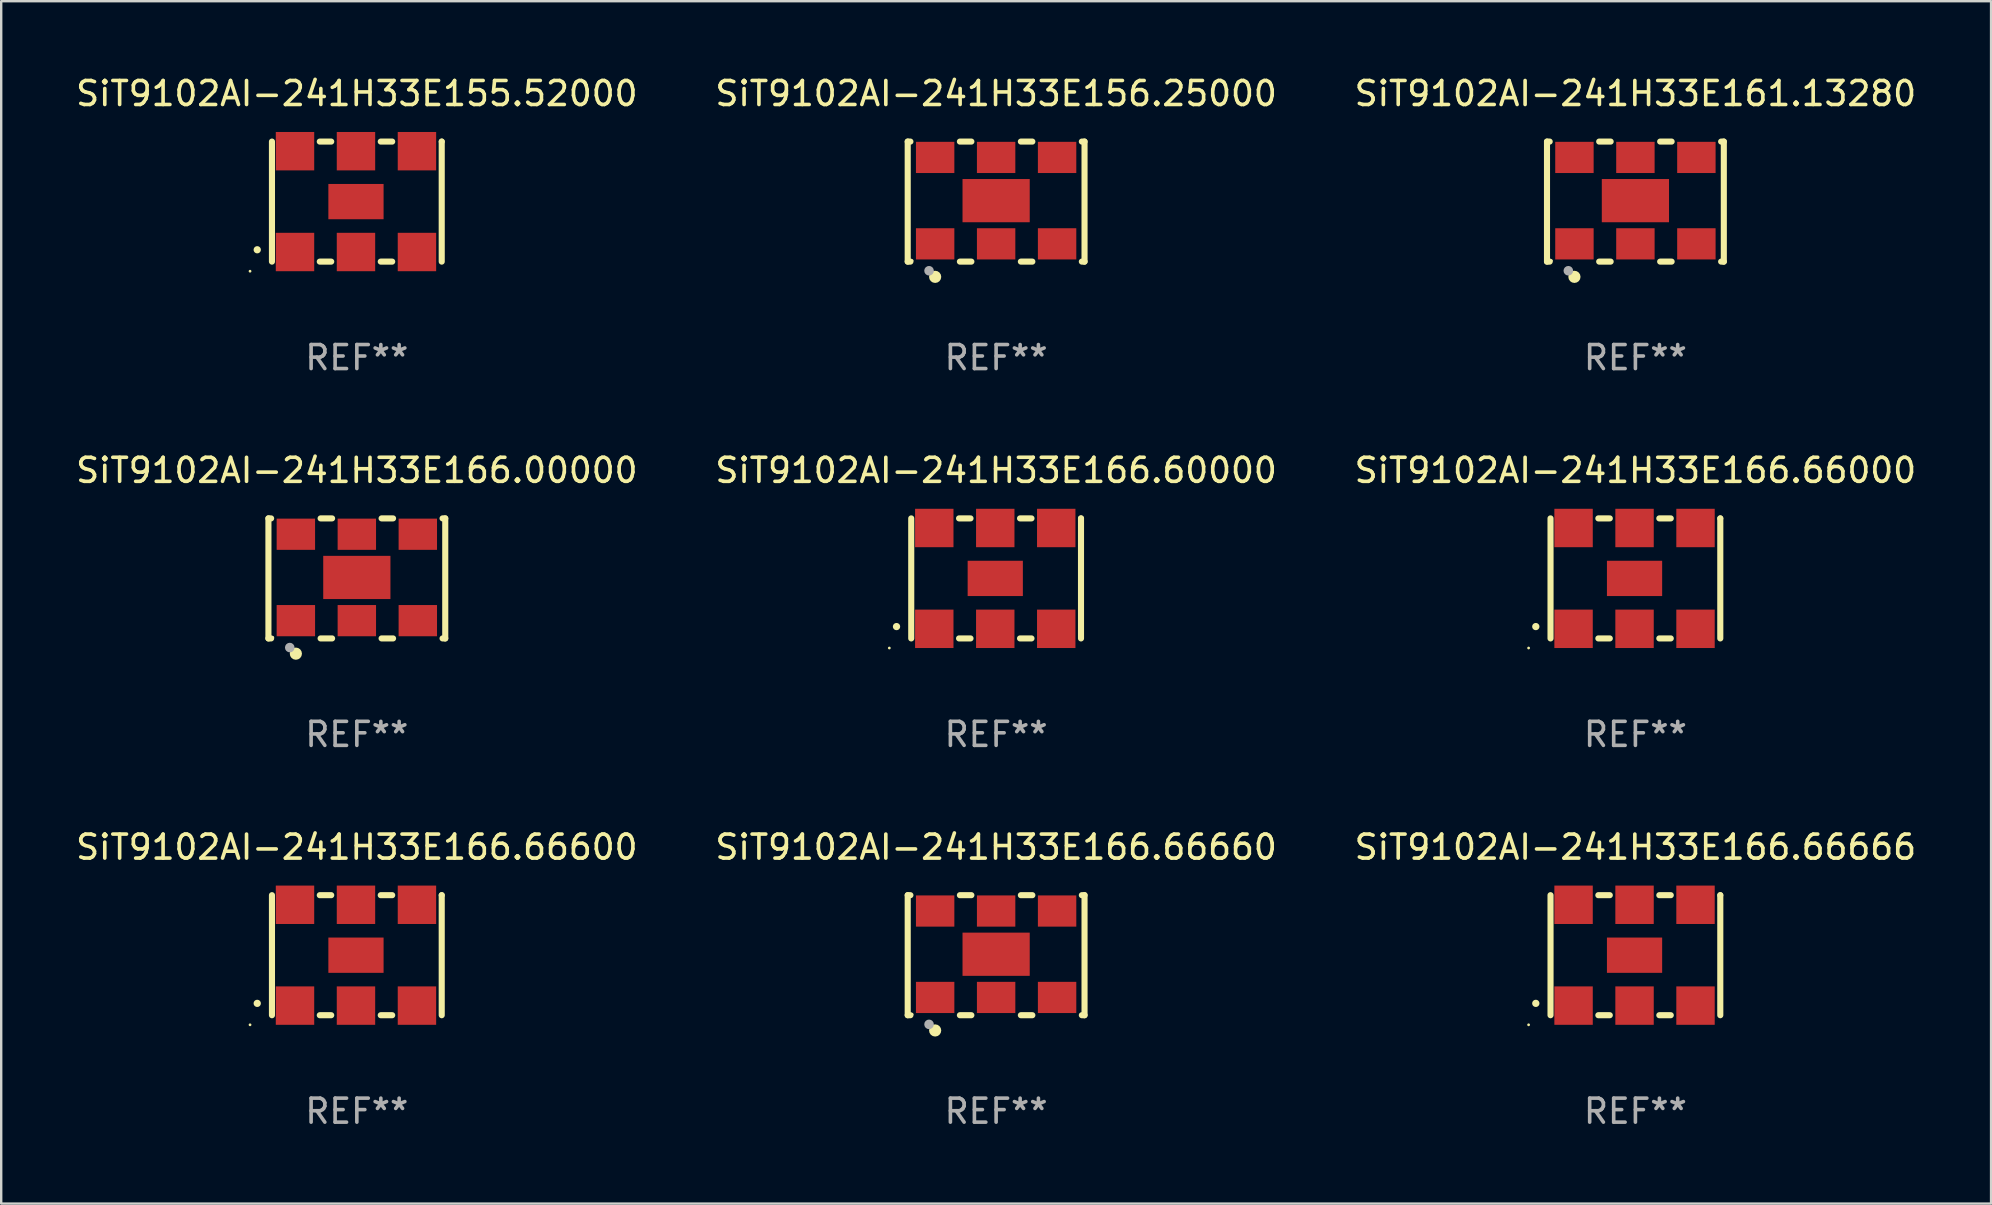
<source format=kicad_pcb>
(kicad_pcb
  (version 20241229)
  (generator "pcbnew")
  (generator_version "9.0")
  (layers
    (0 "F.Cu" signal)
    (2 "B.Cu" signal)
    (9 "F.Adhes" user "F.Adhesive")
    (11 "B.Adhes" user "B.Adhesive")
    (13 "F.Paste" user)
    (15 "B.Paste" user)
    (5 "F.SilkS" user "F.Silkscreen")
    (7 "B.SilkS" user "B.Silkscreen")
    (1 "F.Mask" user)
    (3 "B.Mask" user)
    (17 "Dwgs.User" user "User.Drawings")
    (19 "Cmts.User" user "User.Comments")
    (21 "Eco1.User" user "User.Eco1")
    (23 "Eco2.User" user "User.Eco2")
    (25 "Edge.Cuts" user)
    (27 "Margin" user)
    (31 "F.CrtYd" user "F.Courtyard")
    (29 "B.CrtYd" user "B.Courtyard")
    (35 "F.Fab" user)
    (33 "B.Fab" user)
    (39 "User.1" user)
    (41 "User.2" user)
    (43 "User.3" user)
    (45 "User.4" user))
  (footprint "SiT9102AI-241H33E166.00000"
    (layer "F.Cu")
    (at 11.815 21.045)
    (property "Reference" "SiT9102AI-241H33E166.00000" (at 0 -4.5 0) (layer "F.SilkS") (effects (font (size 1 1) (thickness 0.15))))
    (attr through_hole)
    (fp_line (start -3.683 -2.5) (end -3.571 -2.5) (stroke (width 0.254) (type solid)) (layer "F.SilkS"))
    (fp_line (start -3.683 2.5) (end -3.683 -2.5) (stroke (width 0.254) (type solid)) (layer "F.SilkS"))
    (fp_line (start -3.683 2.5) (end -3.571 2.5) (stroke (width 0.254) (type solid)) (layer "F.SilkS"))
    (fp_line (start -1.509 -2.5) (end -1.031 -2.5) (stroke (width 0.254) (type solid)) (layer "F.SilkS"))
    (fp_line (start -1.509 2.5) (end -1.031 2.5) (stroke (width 0.254) (type solid)) (layer "F.SilkS"))
    (fp_line (start 1.031 -2.5) (end 1.509 -2.5) (stroke (width 0.254) (type solid)) (layer "F.SilkS"))
    (fp_line (start 1.031 2.5) (end 1.509 2.5) (stroke (width 0.254) (type solid)) (layer "F.SilkS"))
    (fp_line (start 3.571 -2.5) (end 3.683 -2.5) (stroke (width 0.254) (type solid)) (layer "F.SilkS"))
    (fp_line (start 3.571 2.5) (end 3.683 2.5) (stroke (width 0.254) (type solid)) (layer "F.SilkS"))
    (fp_line (start 3.683 2.5) (end 3.683 -2.5) (stroke (width 0.254) (type solid)) (layer "F.SilkS"))
    (fp_circle (center -3.5 2.46) (end -3.47 2.46) (stroke (width 0.06) (type solid)) (fill no) (layer "F.SilkS"))
    (fp_circle (center -2.54 3.135) (end -2.413 3.135) (stroke (width 0.254) (type solid)) (fill no) (layer "F.SilkS"))
    (fp_circle (center -2.794 2.881) (end -2.694 2.881) (stroke (width 0.2) (type solid)) (fill no) (layer "F.Fab"))
    (fp_text user "REF**" (at 0 6.5 0) (layer "F.Fab") (effects (font (size 1 1) (thickness 0.15))))
    (pad "1" smd rect (at -2.54 1.76) (size 1.6 1.3) (layers "F.Cu" "F.Mask" "F.Paste"))
    (pad "2" smd rect (at 0 1.76) (size 1.6 1.3) (layers "F.Cu" "F.Mask" "F.Paste"))
    (pad "3" smd rect (at 2.54 1.76) (size 1.6 1.3) (layers "F.Cu" "F.Mask" "F.Paste"))
    (pad "4" smd rect (at 2.54 -1.84) (size 1.6 1.3) (layers "F.Cu" "F.Mask" "F.Paste"))
    (pad "5" smd rect (at 0 -1.84) (size 1.6 1.3) (layers "F.Cu" "F.Mask" "F.Paste"))
    (pad "6" smd rect (at -2.54 -1.84) (size 1.6 1.3) (layers "F.Cu" "F.Mask" "F.Paste"))
    (pad "7" smd rect (at 0 -0.04) (size 2.8 1.8) (layers "F.Cu" "F.Mask" "F.Paste")))
  (footprint "SiT9102AI-241H33E166.66666"
    (layer "F.Cu")
    (at 65.077 36.741)
    (property "Reference" "SiT9102AI-241H33E166.66666" (at 0 -4.5 0) (layer "F.SilkS") (effects (font (size 1 1) (thickness 0.15))))
    (attr through_hole)
    (fp_line (start -3.536 -2.5) (end -3.536 2.5) (stroke (width 0.254) (type solid)) (layer "F.SilkS"))
    (fp_line (start -1.544 2.5) (end -1.067 2.5) (stroke (width 0.254) (type solid)) (layer "F.SilkS"))
    (fp_line (start -1.067 -2.5) (end -1.544 -2.5) (stroke (width 0.254) (type solid)) (layer "F.SilkS"))
    (fp_line (start 0.996 2.5) (end 1.473 2.5) (stroke (width 0.254) (type solid)) (layer "F.SilkS"))
    (fp_line (start 1.473 -2.5) (end 0.996 -2.5) (stroke (width 0.254) (type solid)) (layer "F.SilkS"))
    (fp_line (start 3.536 -2.5) (end 3.536 -2.5) (stroke (width 0.254) (type solid)) (layer "F.SilkS"))
    (fp_line (start 3.536 2.5) (end 3.536 -2.5) (stroke (width 0.254) (type solid)) (layer "F.SilkS"))
    (fp_arc (start -4.150432 2.006604) (mid -4.149162 2.006599) (end -4.147892 2.006604) (stroke (width 0.3) (type solid)) (layer "F.SilkS"))
    (fp_circle (center -4.449 2.9) (end -4.419 2.9) (stroke (width 0.06) (type solid)) (fill no) (layer "F.SilkS"))
    (fp_text user "REF**" (at 0 6.5 0) (layer "F.Fab") (effects (font (size 1 1) (thickness 0.15))))
    (pad "1" smd rect (at -2.576 2.1) (size 1.6 1.6) (layers "F.Cu" "F.Mask" "F.Paste"))
    (pad "2" smd rect (at -0.036 2.1) (size 1.6 1.6) (layers "F.Cu" "F.Mask" "F.Paste"))
    (pad "3" smd rect (at 2.504 2.1) (size 1.6 1.6) (layers "F.Cu" "F.Mask" "F.Paste"))
    (pad "4" smd rect (at 2.504 -2.1) (size 1.6 1.6) (layers "F.Cu" "F.Mask" "F.Paste"))
    (pad "5" smd rect (at -0.036 -2.1) (size 1.6 1.6) (layers "F.Cu" "F.Mask" "F.Paste"))
    (pad "6" smd rect (at -2.576 -2.1) (size 1.6 1.6) (layers "F.Cu" "F.Mask" "F.Paste"))
    (pad "7" smd rect (at -0.036 0) (size 2.3 1.47) (layers "F.Cu" "F.Mask" "F.Paste")))
  (footprint "SiT9102AI-241H33E166.66000"
    (layer "F.Cu")
    (at 65.077 21.045)
    (property "Reference" "SiT9102AI-241H33E166.66000" (at 0 -4.5 0) (layer "F.SilkS") (effects (font (size 1 1) (thickness 0.15))))
    (attr through_hole)
    (fp_line (start -3.536 -2.5) (end -3.536 2.5) (stroke (width 0.254) (type solid)) (layer "F.SilkS"))
    (fp_line (start -1.544 2.5) (end -1.067 2.5) (stroke (width 0.254) (type solid)) (layer "F.SilkS"))
    (fp_line (start -1.067 -2.5) (end -1.544 -2.5) (stroke (width 0.254) (type solid)) (layer "F.SilkS"))
    (fp_line (start 0.996 2.5) (end 1.473 2.5) (stroke (width 0.254) (type solid)) (layer "F.SilkS"))
    (fp_line (start 1.473 -2.5) (end 0.996 -2.5) (stroke (width 0.254) (type solid)) (layer "F.SilkS"))
    (fp_line (start 3.536 -2.5) (end 3.536 -2.5) (stroke (width 0.254) (type solid)) (layer "F.SilkS"))
    (fp_line (start 3.536 2.5) (end 3.536 -2.5) (stroke (width 0.254) (type solid)) (layer "F.SilkS"))
    (fp_arc (start -4.150432 2.006604) (mid -4.149162 2.006599) (end -4.147892 2.006604) (stroke (width 0.3) (type solid)) (layer "F.SilkS"))
    (fp_circle (center -4.449 2.9) (end -4.419 2.9) (stroke (width 0.06) (type solid)) (fill no) (layer "F.SilkS"))
    (fp_text user "REF**" (at 0 6.5 0) (layer "F.Fab") (effects (font (size 1 1) (thickness 0.15))))
    (pad "1" smd rect (at -2.576 2.1) (size 1.6 1.6) (layers "F.Cu" "F.Mask" "F.Paste"))
    (pad "2" smd rect (at -0.036 2.1) (size 1.6 1.6) (layers "F.Cu" "F.Mask" "F.Paste"))
    (pad "3" smd rect (at 2.504 2.1) (size 1.6 1.6) (layers "F.Cu" "F.Mask" "F.Paste"))
    (pad "4" smd rect (at 2.504 -2.1) (size 1.6 1.6) (layers "F.Cu" "F.Mask" "F.Paste"))
    (pad "5" smd rect (at -0.036 -2.1) (size 1.6 1.6) (layers "F.Cu" "F.Mask" "F.Paste"))
    (pad "6" smd rect (at -2.576 -2.1) (size 1.6 1.6) (layers "F.Cu" "F.Mask" "F.Paste"))
    (pad "7" smd rect (at -0.036 0) (size 2.3 1.47) (layers "F.Cu" "F.Mask" "F.Paste")))
  (footprint "SiT9102AI-241H33E155.52000"
    (layer "F.Cu")
    (at 11.815 5.348)
    (property "Reference" "SiT9102AI-241H33E155.52000" (at 0 -4.5 0) (layer "F.SilkS") (effects (font (size 1 1) (thickness 0.15))))
    (attr through_hole)
    (fp_line (start -3.536 -2.5) (end -3.536 2.5) (stroke (width 0.254) (type solid)) (layer "F.SilkS"))
    (fp_line (start -1.544 2.5) (end -1.067 2.5) (stroke (width 0.254) (type solid)) (layer "F.SilkS"))
    (fp_line (start -1.067 -2.5) (end -1.544 -2.5) (stroke (width 0.254) (type solid)) (layer "F.SilkS"))
    (fp_line (start 0.996 2.5) (end 1.473 2.5) (stroke (width 0.254) (type solid)) (layer "F.SilkS"))
    (fp_line (start 1.473 -2.5) (end 0.996 -2.5) (stroke (width 0.254) (type solid)) (layer "F.SilkS"))
    (fp_line (start 3.536 -2.5) (end 3.536 -2.5) (stroke (width 0.254) (type solid)) (layer "F.SilkS"))
    (fp_line (start 3.536 2.5) (end 3.536 -2.5) (stroke (width 0.254) (type solid)) (layer "F.SilkS"))
    (fp_arc (start -4.150432 2.006604) (mid -4.149162 2.006599) (end -4.147892 2.006604) (stroke (width 0.3) (type solid)) (layer "F.SilkS"))
    (fp_circle (center -4.449 2.9) (end -4.419 2.9) (stroke (width 0.06) (type solid)) (fill no) (layer "F.SilkS"))
    (fp_text user "REF**" (at 0 6.5 0) (layer "F.Fab") (effects (font (size 1 1) (thickness 0.15))))
    (pad "1" smd rect (at -2.576 2.1) (size 1.6 1.6) (layers "F.Cu" "F.Mask" "F.Paste"))
    (pad "2" smd rect (at -0.036 2.1) (size 1.6 1.6) (layers "F.Cu" "F.Mask" "F.Paste"))
    (pad "3" smd rect (at 2.504 2.1) (size 1.6 1.6) (layers "F.Cu" "F.Mask" "F.Paste"))
    (pad "4" smd rect (at 2.504 -2.1) (size 1.6 1.6) (layers "F.Cu" "F.Mask" "F.Paste"))
    (pad "5" smd rect (at -0.036 -2.1) (size 1.6 1.6) (layers "F.Cu" "F.Mask" "F.Paste"))
    (pad "6" smd rect (at -2.576 -2.1) (size 1.6 1.6) (layers "F.Cu" "F.Mask" "F.Paste"))
    (pad "7" smd rect (at -0.036 0) (size 2.3 1.47) (layers "F.Cu" "F.Mask" "F.Paste")))
  (footprint "SiT9102AI-241H33E161.13280"
    (layer "F.Cu")
    (at 65.077 5.348)
    (property "Reference" "SiT9102AI-241H33E161.13280" (at 0 -4.5 0) (layer "F.SilkS") (effects (font (size 1 1) (thickness 0.15))))
    (attr through_hole)
    (fp_line (start -3.683 -2.5) (end -3.571 -2.5) (stroke (width 0.254) (type solid)) (layer "F.SilkS"))
    (fp_line (start -3.683 2.5) (end -3.683 -2.5) (stroke (width 0.254) (type solid)) (layer "F.SilkS"))
    (fp_line (start -3.683 2.5) (end -3.571 2.5) (stroke (width 0.254) (type solid)) (layer "F.SilkS"))
    (fp_line (start -1.509 -2.5) (end -1.031 -2.5) (stroke (width 0.254) (type solid)) (layer "F.SilkS"))
    (fp_line (start -1.509 2.5) (end -1.031 2.5) (stroke (width 0.254) (type solid)) (layer "F.SilkS"))
    (fp_line (start 1.031 -2.5) (end 1.509 -2.5) (stroke (width 0.254) (type solid)) (layer "F.SilkS"))
    (fp_line (start 1.031 2.5) (end 1.509 2.5) (stroke (width 0.254) (type solid)) (layer "F.SilkS"))
    (fp_line (start 3.571 -2.5) (end 3.683 -2.5) (stroke (width 0.254) (type solid)) (layer "F.SilkS"))
    (fp_line (start 3.571 2.5) (end 3.683 2.5) (stroke (width 0.254) (type solid)) (layer "F.SilkS"))
    (fp_line (start 3.683 2.5) (end 3.683 -2.5) (stroke (width 0.254) (type solid)) (layer "F.SilkS"))
    (fp_circle (center -3.5 2.46) (end -3.47 2.46) (stroke (width 0.06) (type solid)) (fill no) (layer "F.SilkS"))
    (fp_circle (center -2.54 3.135) (end -2.413 3.135) (stroke (width 0.254) (type solid)) (fill no) (layer "F.SilkS"))
    (fp_circle (center -2.794 2.881) (end -2.694 2.881) (stroke (width 0.2) (type solid)) (fill no) (layer "F.Fab"))
    (fp_text user "REF**" (at 0 6.5 0) (layer "F.Fab") (effects (font (size 1 1) (thickness 0.15))))
    (pad "1" smd rect (at -2.54 1.76) (size 1.6 1.3) (layers "F.Cu" "F.Mask" "F.Paste"))
    (pad "2" smd rect (at 0 1.76) (size 1.6 1.3) (layers "F.Cu" "F.Mask" "F.Paste"))
    (pad "3" smd rect (at 2.54 1.76) (size 1.6 1.3) (layers "F.Cu" "F.Mask" "F.Paste"))
    (pad "4" smd rect (at 2.54 -1.84) (size 1.6 1.3) (layers "F.Cu" "F.Mask" "F.Paste"))
    (pad "5" smd rect (at 0 -1.84) (size 1.6 1.3) (layers "F.Cu" "F.Mask" "F.Paste"))
    (pad "6" smd rect (at -2.54 -1.84) (size 1.6 1.3) (layers "F.Cu" "F.Mask" "F.Paste"))
    (pad "7" smd rect (at 0 -0.04) (size 2.8 1.8) (layers "F.Cu" "F.Mask" "F.Paste")))
  (footprint "SiT9102AI-241H33E156.25000"
    (layer "F.Cu")
    (at 38.446 5.348)
    (property "Reference" "SiT9102AI-241H33E156.25000" (at 0 -4.5 0) (layer "F.SilkS") (effects (font (size 1 1) (thickness 0.15))))
    (attr through_hole)
    (fp_line (start -3.683 -2.5) (end -3.571 -2.5) (stroke (width 0.254) (type solid)) (layer "F.SilkS"))
    (fp_line (start -3.683 2.5) (end -3.683 -2.5) (stroke (width 0.254) (type solid)) (layer "F.SilkS"))
    (fp_line (start -3.683 2.5) (end -3.571 2.5) (stroke (width 0.254) (type solid)) (layer "F.SilkS"))
    (fp_line (start -1.509 -2.5) (end -1.031 -2.5) (stroke (width 0.254) (type solid)) (layer "F.SilkS"))
    (fp_line (start -1.509 2.5) (end -1.031 2.5) (stroke (width 0.254) (type solid)) (layer "F.SilkS"))
    (fp_line (start 1.031 -2.5) (end 1.509 -2.5) (stroke (width 0.254) (type solid)) (layer "F.SilkS"))
    (fp_line (start 1.031 2.5) (end 1.509 2.5) (stroke (width 0.254) (type solid)) (layer "F.SilkS"))
    (fp_line (start 3.571 -2.5) (end 3.683 -2.5) (stroke (width 0.254) (type solid)) (layer "F.SilkS"))
    (fp_line (start 3.571 2.5) (end 3.683 2.5) (stroke (width 0.254) (type solid)) (layer "F.SilkS"))
    (fp_line (start 3.683 2.5) (end 3.683 -2.5) (stroke (width 0.254) (type solid)) (layer "F.SilkS"))
    (fp_circle (center -3.5 2.46) (end -3.47 2.46) (stroke (width 0.06) (type solid)) (fill no) (layer "F.SilkS"))
    (fp_circle (center -2.54 3.135) (end -2.413 3.135) (stroke (width 0.254) (type solid)) (fill no) (layer "F.SilkS"))
    (fp_circle (center -2.794 2.881) (end -2.694 2.881) (stroke (width 0.2) (type solid)) (fill no) (layer "F.Fab"))
    (fp_text user "REF**" (at 0 6.5 0) (layer "F.Fab") (effects (font (size 1 1) (thickness 0.15))))
    (pad "1" smd rect (at -2.54 1.76) (size 1.6 1.3) (layers "F.Cu" "F.Mask" "F.Paste"))
    (pad "2" smd rect (at 0 1.76) (size 1.6 1.3) (layers "F.Cu" "F.Mask" "F.Paste"))
    (pad "3" smd rect (at 2.54 1.76) (size 1.6 1.3) (layers "F.Cu" "F.Mask" "F.Paste"))
    (pad "4" smd rect (at 2.54 -1.84) (size 1.6 1.3) (layers "F.Cu" "F.Mask" "F.Paste"))
    (pad "5" smd rect (at 0 -1.84) (size 1.6 1.3) (layers "F.Cu" "F.Mask" "F.Paste"))
    (pad "6" smd rect (at -2.54 -1.84) (size 1.6 1.3) (layers "F.Cu" "F.Mask" "F.Paste"))
    (pad "7" smd rect (at 0 -0.04) (size 2.8 1.8) (layers "F.Cu" "F.Mask" "F.Paste")))
  (footprint "SiT9102AI-241H33E166.66660"
    (layer "F.Cu")
    (at 38.446 36.741)
    (property "Reference" "SiT9102AI-241H33E166.66660" (at 0 -4.5 0) (layer "F.SilkS") (effects (font (size 1 1) (thickness 0.15))))
    (attr through_hole)
    (fp_line (start -3.683 -2.5) (end -3.571 -2.5) (stroke (width 0.254) (type solid)) (layer "F.SilkS"))
    (fp_line (start -3.683 2.5) (end -3.683 -2.5) (stroke (width 0.254) (type solid)) (layer "F.SilkS"))
    (fp_line (start -3.683 2.5) (end -3.571 2.5) (stroke (width 0.254) (type solid)) (layer "F.SilkS"))
    (fp_line (start -1.509 -2.5) (end -1.031 -2.5) (stroke (width 0.254) (type solid)) (layer "F.SilkS"))
    (fp_line (start -1.509 2.5) (end -1.031 2.5) (stroke (width 0.254) (type solid)) (layer "F.SilkS"))
    (fp_line (start 1.031 -2.5) (end 1.509 -2.5) (stroke (width 0.254) (type solid)) (layer "F.SilkS"))
    (fp_line (start 1.031 2.5) (end 1.509 2.5) (stroke (width 0.254) (type solid)) (layer "F.SilkS"))
    (fp_line (start 3.571 -2.5) (end 3.683 -2.5) (stroke (width 0.254) (type solid)) (layer "F.SilkS"))
    (fp_line (start 3.571 2.5) (end 3.683 2.5) (stroke (width 0.254) (type solid)) (layer "F.SilkS"))
    (fp_line (start 3.683 2.5) (end 3.683 -2.5) (stroke (width 0.254) (type solid)) (layer "F.SilkS"))
    (fp_circle (center -3.5 2.46) (end -3.47 2.46) (stroke (width 0.06) (type solid)) (fill no) (layer "F.SilkS"))
    (fp_circle (center -2.54 3.135) (end -2.413 3.135) (stroke (width 0.254) (type solid)) (fill no) (layer "F.SilkS"))
    (fp_circle (center -2.794 2.881) (end -2.694 2.881) (stroke (width 0.2) (type solid)) (fill no) (layer "F.Fab"))
    (fp_text user "REF**" (at 0 6.5 0) (layer "F.Fab") (effects (font (size 1 1) (thickness 0.15))))
    (pad "1" smd rect (at -2.54 1.76) (size 1.6 1.3) (layers "F.Cu" "F.Mask" "F.Paste"))
    (pad "2" smd rect (at 0 1.76) (size 1.6 1.3) (layers "F.Cu" "F.Mask" "F.Paste"))
    (pad "3" smd rect (at 2.54 1.76) (size 1.6 1.3) (layers "F.Cu" "F.Mask" "F.Paste"))
    (pad "4" smd rect (at 2.54 -1.84) (size 1.6 1.3) (layers "F.Cu" "F.Mask" "F.Paste"))
    (pad "5" smd rect (at 0 -1.84) (size 1.6 1.3) (layers "F.Cu" "F.Mask" "F.Paste"))
    (pad "6" smd rect (at -2.54 -1.84) (size 1.6 1.3) (layers "F.Cu" "F.Mask" "F.Paste"))
    (pad "7" smd rect (at 0 -0.04) (size 2.8 1.8) (layers "F.Cu" "F.Mask" "F.Paste")))
  (footprint "SiT9102AI-241H33E166.66600"
    (layer "F.Cu")
    (at 11.815 36.741)
    (property "Reference" "SiT9102AI-241H33E166.66600" (at 0 -4.5 0) (layer "F.SilkS") (effects (font (size 1 1) (thickness 0.15))))
    (attr through_hole)
    (fp_line (start -3.536 -2.5) (end -3.536 2.5) (stroke (width 0.254) (type solid)) (layer "F.SilkS"))
    (fp_line (start -1.544 2.5) (end -1.067 2.5) (stroke (width 0.254) (type solid)) (layer "F.SilkS"))
    (fp_line (start -1.067 -2.5) (end -1.544 -2.5) (stroke (width 0.254) (type solid)) (layer "F.SilkS"))
    (fp_line (start 0.996 2.5) (end 1.473 2.5) (stroke (width 0.254) (type solid)) (layer "F.SilkS"))
    (fp_line (start 1.473 -2.5) (end 0.996 -2.5) (stroke (width 0.254) (type solid)) (layer "F.SilkS"))
    (fp_line (start 3.536 -2.5) (end 3.536 -2.5) (stroke (width 0.254) (type solid)) (layer "F.SilkS"))
    (fp_line (start 3.536 2.5) (end 3.536 -2.5) (stroke (width 0.254) (type solid)) (layer "F.SilkS"))
    (fp_arc (start -4.150432 2.006604) (mid -4.149162 2.006599) (end -4.147892 2.006604) (stroke (width 0.3) (type solid)) (layer "F.SilkS"))
    (fp_circle (center -4.449 2.9) (end -4.419 2.9) (stroke (width 0.06) (type solid)) (fill no) (layer "F.SilkS"))
    (fp_text user "REF**" (at 0 6.5 0) (layer "F.Fab") (effects (font (size 1 1) (thickness 0.15))))
    (pad "1" smd rect (at -2.576 2.1) (size 1.6 1.6) (layers "F.Cu" "F.Mask" "F.Paste"))
    (pad "2" smd rect (at -0.036 2.1) (size 1.6 1.6) (layers "F.Cu" "F.Mask" "F.Paste"))
    (pad "3" smd rect (at 2.504 2.1) (size 1.6 1.6) (layers "F.Cu" "F.Mask" "F.Paste"))
    (pad "4" smd rect (at 2.504 -2.1) (size 1.6 1.6) (layers "F.Cu" "F.Mask" "F.Paste"))
    (pad "5" smd rect (at -0.036 -2.1) (size 1.6 1.6) (layers "F.Cu" "F.Mask" "F.Paste"))
    (pad "6" smd rect (at -2.576 -2.1) (size 1.6 1.6) (layers "F.Cu" "F.Mask" "F.Paste"))
    (pad "7" smd rect (at -0.036 0) (size 2.3 1.47) (layers "F.Cu" "F.Mask" "F.Paste")))
  (footprint "SiT9102AI-241H33E166.60000"
    (layer "F.Cu")
    (at 38.446 21.045)
    (property "Reference" "SiT9102AI-241H33E166.60000" (at 0 -4.5 0) (layer "F.SilkS") (effects (font (size 1 1) (thickness 0.15))))
    (attr through_hole)
    (fp_line (start -3.536 -2.5) (end -3.536 2.5) (stroke (width 0.254) (type solid)) (layer "F.SilkS"))
    (fp_line (start -1.544 2.5) (end -1.067 2.5) (stroke (width 0.254) (type solid)) (layer "F.SilkS"))
    (fp_line (start -1.067 -2.5) (end -1.544 -2.5) (stroke (width 0.254) (type solid)) (layer "F.SilkS"))
    (fp_line (start 0.996 2.5) (end 1.473 2.5) (stroke (width 0.254) (type solid)) (layer "F.SilkS"))
    (fp_line (start 1.473 -2.5) (end 0.996 -2.5) (stroke (width 0.254) (type solid)) (layer "F.SilkS"))
    (fp_line (start 3.536 -2.5) (end 3.536 -2.5) (stroke (width 0.254) (type solid)) (layer "F.SilkS"))
    (fp_line (start 3.536 2.5) (end 3.536 -2.5) (stroke (width 0.254) (type solid)) (layer "F.SilkS"))
    (fp_arc (start -4.150432 2.006604) (mid -4.149162 2.006599) (end -4.147892 2.006604) (stroke (width 0.3) (type solid)) (layer "F.SilkS"))
    (fp_circle (center -4.449 2.9) (end -4.419 2.9) (stroke (width 0.06) (type solid)) (fill no) (layer "F.SilkS"))
    (fp_text user "REF**" (at 0 6.5 0) (layer "F.Fab") (effects (font (size 1 1) (thickness 0.15))))
    (pad "1" smd rect (at -2.576 2.1) (size 1.6 1.6) (layers "F.Cu" "F.Mask" "F.Paste"))
    (pad "2" smd rect (at -0.036 2.1) (size 1.6 1.6) (layers "F.Cu" "F.Mask" "F.Paste"))
    (pad "3" smd rect (at 2.504 2.1) (size 1.6 1.6) (layers "F.Cu" "F.Mask" "F.Paste"))
    (pad "4" smd rect (at 2.504 -2.1) (size 1.6 1.6) (layers "F.Cu" "F.Mask" "F.Paste"))
    (pad "5" smd rect (at -0.036 -2.1) (size 1.6 1.6) (layers "F.Cu" "F.Mask" "F.Paste"))
    (pad "6" smd rect (at -2.576 -2.1) (size 1.6 1.6) (layers "F.Cu" "F.Mask" "F.Paste"))
    (pad "7" smd rect (at -0.036 0) (size 2.3 1.47) (layers "F.Cu" "F.Mask" "F.Paste")))
  (gr_rect
    (start -3 -3)
    (end 79.893 47.09)
    (stroke (width 0.1) (type default))
    (fill no)
    (layer "Edge.Cuts")))
</source>
